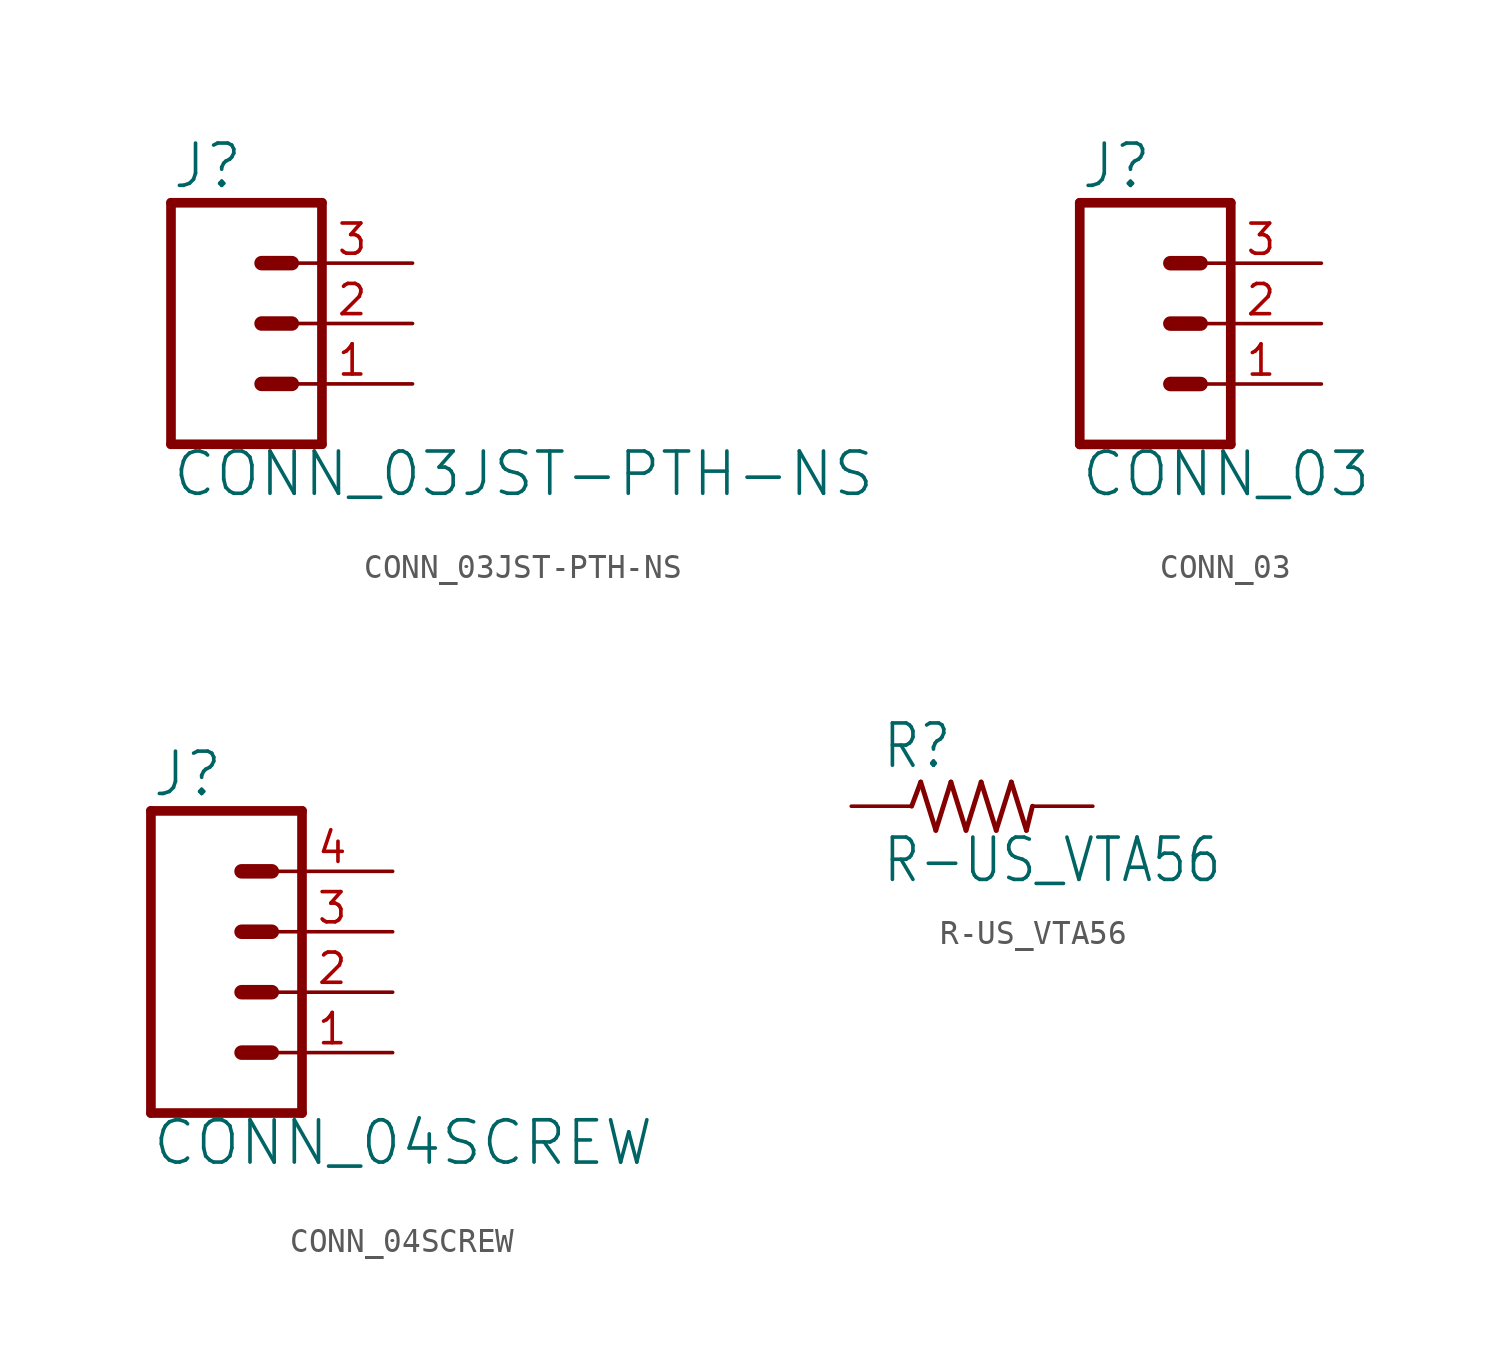
<source format=kicad_sym>
(kicad_symbol_lib
  (version 20220331)
  (generator kicad_symbol_editor)
  (symbol "CONN_03JST-PTH-NS"
    (property "Reference" "J"
      (at -2.54 5.588 0)
      (effects (font (size 1.778 1.778)) (justify left bottom)))
    (property "Value" "CONN_03JST-PTH-NS"
      (at -2.54 -7.366 0)
      (effects (font (size 1.778 1.778)) (justify left bottom)))
    (property "ki_locked" ""
      (at 0 0 0)
      (effects (font (size 1.27 1.27))))
    (symbol "CONN_03JST-PTH-NS_1_0"
      (polyline (pts (xy -2.54 5.08) (xy -2.54 -5.08)) (stroke (width 0.406) (type solid)) (fill (type none)))
      (polyline (pts (xy -2.54 5.08) (xy 3.81 5.08)) (stroke (width 0.406) (type solid)) (fill (type none)))
      (polyline (pts (xy 1.27 -2.54) (xy 2.54 -2.54)) (stroke (width 0.61) (type solid)) (fill (type none)))
      (polyline (pts (xy 1.27 0) (xy 2.54 0)) (stroke (width 0.61) (type solid)) (fill (type none)))
      (polyline (pts (xy 1.27 2.54) (xy 2.54 2.54)) (stroke (width 0.61) (type solid)) (fill (type none)))
      (polyline (pts (xy 3.81 -5.08) (xy -2.54 -5.08)) (stroke (width 0.406) (type solid)) (fill (type none)))
      (polyline (pts (xy 3.81 -5.08) (xy 3.81 5.08)) (stroke (width 0.406) (type solid)) (fill (type none)))
      (pin passive line (at 7.62 -2.54 180) (length 5.08) (name "1" (effects (font (size 0 0)))) (number "1" (effects (font (size 1.27 1.27)))))
      (pin passive line (at 7.62 0 180) (length 5.08) (name "2" (effects (font (size 0 0)))) (number "2" (effects (font (size 1.27 1.27)))))
      (pin passive line (at 7.62 2.54 180) (length 5.08) (name "3" (effects (font (size 0 0)))) (number "3" (effects (font (size 1.27 1.27)))))))
  (symbol "CONN_03"
    (property "Reference" "J"
      (at -2.54 5.588 0)
      (effects (font (size 1.778 1.778)) (justify left bottom)))
    (property "Value" "CONN_03"
      (at -2.54 -7.366 0)
      (effects (font (size 1.778 1.778)) (justify left bottom)))
    (property "ki_locked" ""
      (at 0 0 0)
      (effects (font (size 1.27 1.27))))
    (symbol "CONN_03_1_0"
      (polyline (pts (xy -2.54 5.08) (xy -2.54 -5.08)) (stroke (width 0.406) (type solid)) (fill (type none)))
      (polyline (pts (xy -2.54 5.08) (xy 3.81 5.08)) (stroke (width 0.406) (type solid)) (fill (type none)))
      (polyline (pts (xy 1.27 -2.54) (xy 2.54 -2.54)) (stroke (width 0.61) (type solid)) (fill (type none)))
      (polyline (pts (xy 1.27 0) (xy 2.54 0)) (stroke (width 0.61) (type solid)) (fill (type none)))
      (polyline (pts (xy 1.27 2.54) (xy 2.54 2.54)) (stroke (width 0.61) (type solid)) (fill (type none)))
      (polyline (pts (xy 3.81 -5.08) (xy -2.54 -5.08)) (stroke (width 0.406) (type solid)) (fill (type none)))
      (polyline (pts (xy 3.81 -5.08) (xy 3.81 5.08)) (stroke (width 0.406) (type solid)) (fill (type none)))
      (pin passive line (at 7.62 -2.54 180) (length 5.08) (name "1" (effects (font (size 0 0)))) (number "1" (effects (font (size 1.27 1.27)))))
      (pin passive line (at 7.62 0 180) (length 5.08) (name "2" (effects (font (size 0 0)))) (number "2" (effects (font (size 1.27 1.27)))))
      (pin passive line (at 7.62 2.54 180) (length 5.08) (name "3" (effects (font (size 0 0)))) (number "3" (effects (font (size 1.27 1.27)))))))
  (symbol "CONN_04SCREW"
    (property "Reference" "J"
      (at -5.08 8.128 0)
      (effects (font (size 1.778 1.778)) (justify left bottom)))
    (property "Value" "CONN_04SCREW"
      (at -5.08 -7.366 0)
      (effects (font (size 1.778 1.778)) (justify left bottom)))
    (property "ki_locked" ""
      (at 0 0 0)
      (effects (font (size 1.27 1.27))))
    (symbol "CONN_04SCREW_1_0"
      (polyline (pts (xy -5.08 7.62) (xy -5.08 -5.08)) (stroke (width 0.406) (type solid)) (fill (type none)))
      (polyline (pts (xy -5.08 7.62) (xy 1.27 7.62)) (stroke (width 0.406) (type solid)) (fill (type none)))
      (polyline (pts (xy -1.27 -2.54) (xy 0 -2.54)) (stroke (width 0.61) (type solid)) (fill (type none)))
      (polyline (pts (xy -1.27 0) (xy 0 0)) (stroke (width 0.61) (type solid)) (fill (type none)))
      (polyline (pts (xy -1.27 2.54) (xy 0 2.54)) (stroke (width 0.61) (type solid)) (fill (type none)))
      (polyline (pts (xy -1.27 5.08) (xy 0 5.08)) (stroke (width 0.61) (type solid)) (fill (type none)))
      (polyline (pts (xy 1.27 -5.08) (xy -5.08 -5.08)) (stroke (width 0.406) (type solid)) (fill (type none)))
      (polyline (pts (xy 1.27 -5.08) (xy 1.27 7.62)) (stroke (width 0.406) (type solid)) (fill (type none)))
      (pin passive line (at 5.08 -2.54 180) (length 5.08) (name "1" (effects (font (size 0 0)))) (number "1" (effects (font (size 1.27 1.27)))))
      (pin passive line (at 5.08 0 180) (length 5.08) (name "2" (effects (font (size 0 0)))) (number "2" (effects (font (size 1.27 1.27)))))
      (pin passive line (at 5.08 2.54 180) (length 5.08) (name "3" (effects (font (size 0 0)))) (number "3" (effects (font (size 1.27 1.27)))))
      (pin passive line (at 5.08 5.08 180) (length 5.08) (name "4" (effects (font (size 0 0)))) (number "4" (effects (font (size 1.27 1.27)))))))
  (symbol "R-US_VTA56"
    (property "Reference" "R"
      (at -3.81 1.499 0)
      (effects (font (size 1.778 1.511)) (justify left bottom)))
    (property "Value" "R-US_VTA56"
      (at -3.81 -3.302 0)
      (effects (font (size 1.778 1.511)) (justify left bottom)))
    (property "ki_locked" ""
      (at 0 0 0)
      (effects (font (size 1.27 1.27))))
    (symbol "R-US_VTA56_1_0"
      (polyline (pts (xy -2.54 0) (xy -2.159 1.016)) (stroke (width 0.203) (type solid)) (fill (type none)))
      (polyline (pts (xy -2.159 1.016) (xy -1.524 -1.016)) (stroke (width 0.203) (type solid)) (fill (type none)))
      (polyline (pts (xy -1.524 -1.016) (xy -0.889 1.016)) (stroke (width 0.203) (type solid)) (fill (type none)))
      (polyline (pts (xy -0.889 1.016) (xy -0.254 -1.016)) (stroke (width 0.203) (type solid)) (fill (type none)))
      (polyline (pts (xy -0.254 -1.016) (xy 0.381 1.016)) (stroke (width 0.203) (type solid)) (fill (type none)))
      (polyline (pts (xy 0.381 1.016) (xy 1.016 -1.016)) (stroke (width 0.203) (type solid)) (fill (type none)))
      (polyline (pts (xy 1.016 -1.016) (xy 1.651 1.016)) (stroke (width 0.203) (type solid)) (fill (type none)))
      (polyline (pts (xy 1.651 1.016) (xy 2.286 -1.016)) (stroke (width 0.203) (type solid)) (fill (type none)))
      (polyline (pts (xy 2.286 -1.016) (xy 2.54 0)) (stroke (width 0.203) (type solid)) (fill (type none)))
      (pin passive line (at -5.08 0 0) (length 2.54) (name "1" (effects (font (size 0 0)))) (number "1" (effects (font (size 0 0)))))
      (pin passive line (at 5.08 0 180) (length 2.54) (name "2" (effects (font (size 0 0)))) (number "2" (effects (font (size 0 0))))))))
</source>
